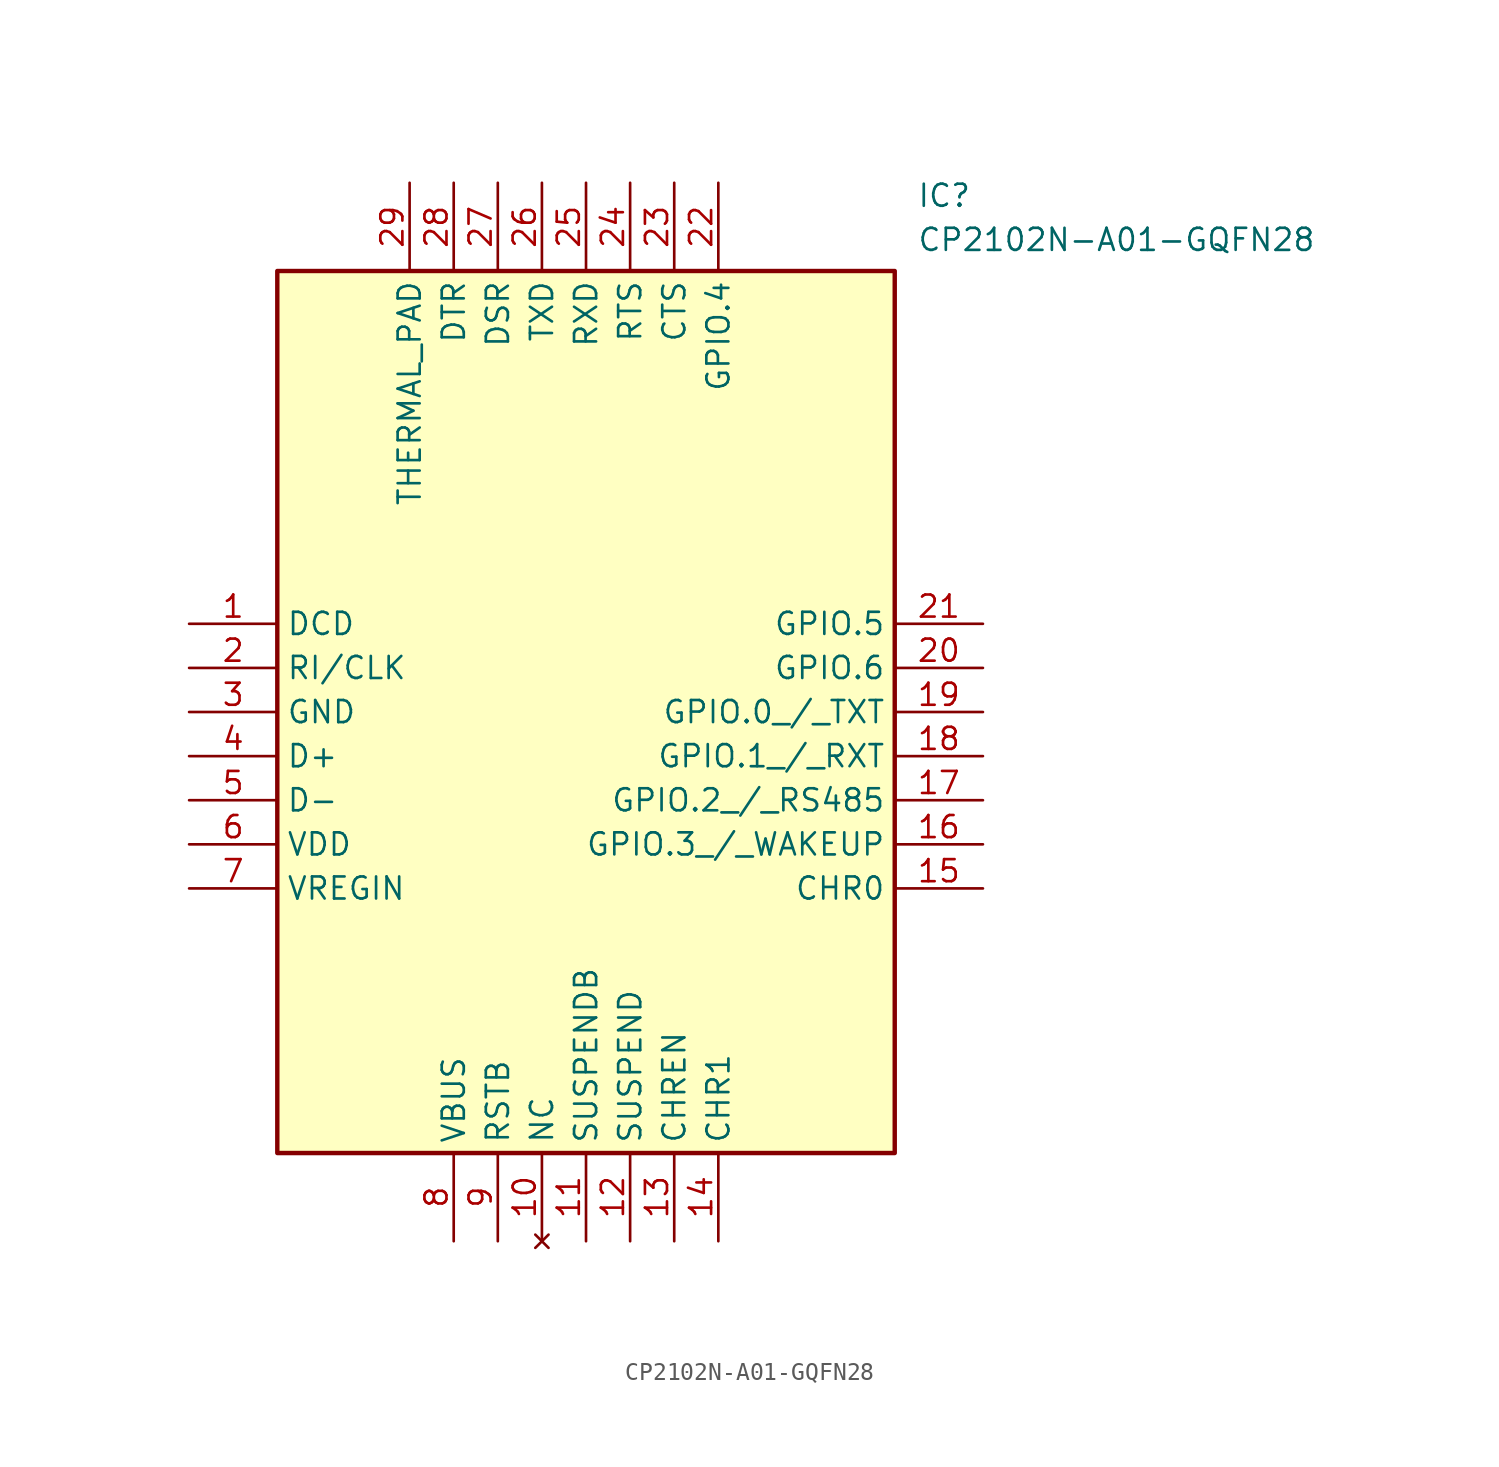
<source format=kicad_sym>
(kicad_symbol_lib
  (version 20211014)
  (generator SamacSys_ECAD_Model)
  (symbol "CP2102N-A01-GQFN28"
    (property "Reference" "IC"
      (at 41.91 25.4 0)
      (effects (font (size 1.27 1.27)) (justify left top)))
    (property "Value" "CP2102N-A01-GQFN28"
      (at 41.91 22.86 0)
      (effects (font (size 1.27 1.27)) (justify left top)))
    (rectangle
      (start 5.08 20.32)
      (end 40.64 -30.48)
      (stroke (width 0.254) (type default))
      (fill (type background)))
    (pin passive line
      (at 0 0 0)
      (length 5.08)
      (name "DCD" (effects (font (size 1.27 1.27))))
      (number "1" (effects (font (size 1.27 1.27)))))
    (pin passive line
      (at 0 -2.54 0)
      (length 5.08)
      (name "RI/CLK" (effects (font (size 1.27 1.27))))
      (number "2" (effects (font (size 1.27 1.27)))))
    (pin passive line
      (at 0 -5.08 0)
      (length 5.08)
      (name "GND" (effects (font (size 1.27 1.27))))
      (number "3" (effects (font (size 1.27 1.27)))))
    (pin passive line
      (at 0 -7.62 0)
      (length 5.08)
      (name "D+" (effects (font (size 1.27 1.27))))
      (number "4" (effects (font (size 1.27 1.27)))))
    (pin passive line
      (at 0 -10.16 0)
      (length 5.08)
      (name "D-" (effects (font (size 1.27 1.27))))
      (number "5" (effects (font (size 1.27 1.27)))))
    (pin passive line
      (at 0 -12.7 0)
      (length 5.08)
      (name "VDD" (effects (font (size 1.27 1.27))))
      (number "6" (effects (font (size 1.27 1.27)))))
    (pin passive line
      (at 0 -15.24 0)
      (length 5.08)
      (name "VREGIN" (effects (font (size 1.27 1.27))))
      (number "7" (effects (font (size 1.27 1.27)))))
    (pin passive line
      (at 15.24 -35.56 90)
      (length 5.08)
      (name "VBUS" (effects (font (size 1.27 1.27))))
      (number "8" (effects (font (size 1.27 1.27)))))
    (pin passive line
      (at 17.78 -35.56 90)
      (length 5.08)
      (name "RSTB" (effects (font (size 1.27 1.27))))
      (number "9" (effects (font (size 1.27 1.27)))))
    (pin no_connect line
      (at 20.32 -35.56 90)
      (length 5.08)
      (name "NC" (effects (font (size 1.27 1.27))))
      (number "10" (effects (font (size 1.27 1.27)))))
    (pin passive line
      (at 22.86 -35.56 90)
      (length 5.08)
      (name "SUSPENDB" (effects (font (size 1.27 1.27))))
      (number "11" (effects (font (size 1.27 1.27)))))
    (pin passive line
      (at 25.4 -35.56 90)
      (length 5.08)
      (name "SUSPEND" (effects (font (size 1.27 1.27))))
      (number "12" (effects (font (size 1.27 1.27)))))
    (pin passive line
      (at 27.94 -35.56 90)
      (length 5.08)
      (name "CHREN" (effects (font (size 1.27 1.27))))
      (number "13" (effects (font (size 1.27 1.27)))))
    (pin passive line
      (at 30.48 -35.56 90)
      (length 5.08)
      (name "CHR1" (effects (font (size 1.27 1.27))))
      (number "14" (effects (font (size 1.27 1.27)))))
    (pin passive line
      (at 45.72 0 180)
      (length 5.08)
      (name "GPIO.5" (effects (font (size 1.27 1.27))))
      (number "21" (effects (font (size 1.27 1.27)))))
    (pin passive line
      (at 45.72 -2.54 180)
      (length 5.08)
      (name "GPIO.6" (effects (font (size 1.27 1.27))))
      (number "20" (effects (font (size 1.27 1.27)))))
    (pin passive line
      (at 45.72 -5.08 180)
      (length 5.08)
      (name "GPIO.0_/_TXT" (effects (font (size 1.27 1.27))))
      (number "19" (effects (font (size 1.27 1.27)))))
    (pin passive line
      (at 45.72 -7.62 180)
      (length 5.08)
      (name "GPIO.1_/_RXT" (effects (font (size 1.27 1.27))))
      (number "18" (effects (font (size 1.27 1.27)))))
    (pin passive line
      (at 45.72 -10.16 180)
      (length 5.08)
      (name "GPIO.2_/_RS485" (effects (font (size 1.27 1.27))))
      (number "17" (effects (font (size 1.27 1.27)))))
    (pin passive line
      (at 45.72 -12.7 180)
      (length 5.08)
      (name "GPIO.3_/_WAKEUP" (effects (font (size 1.27 1.27))))
      (number "16" (effects (font (size 1.27 1.27)))))
    (pin passive line
      (at 45.72 -15.24 180)
      (length 5.08)
      (name "CHR0" (effects (font (size 1.27 1.27))))
      (number "15" (effects (font (size 1.27 1.27)))))
    (pin passive line
      (at 12.7 25.4 270)
      (length 5.08)
      (name "THERMAL_PAD" (effects (font (size 1.27 1.27))))
      (number "29" (effects (font (size 1.27 1.27)))))
    (pin passive line
      (at 15.24 25.4 270)
      (length 5.08)
      (name "DTR" (effects (font (size 1.27 1.27))))
      (number "28" (effects (font (size 1.27 1.27)))))
    (pin passive line
      (at 17.78 25.4 270)
      (length 5.08)
      (name "DSR" (effects (font (size 1.27 1.27))))
      (number "27" (effects (font (size 1.27 1.27)))))
    (pin passive line
      (at 20.32 25.4 270)
      (length 5.08)
      (name "TXD" (effects (font (size 1.27 1.27))))
      (number "26" (effects (font (size 1.27 1.27)))))
    (pin passive line
      (at 22.86 25.4 270)
      (length 5.08)
      (name "RXD" (effects (font (size 1.27 1.27))))
      (number "25" (effects (font (size 1.27 1.27)))))
    (pin passive line
      (at 25.4 25.4 270)
      (length 5.08)
      (name "RTS" (effects (font (size 1.27 1.27))))
      (number "24" (effects (font (size 1.27 1.27)))))
    (pin passive line
      (at 27.94 25.4 270)
      (length 5.08)
      (name "CTS" (effects (font (size 1.27 1.27))))
      (number "23" (effects (font (size 1.27 1.27)))))
    (pin passive line
      (at 30.48 25.4 270)
      (length 5.08)
      (name "GPIO.4" (effects (font (size 1.27 1.27))))
      (number "22" (effects (font (size 1.27 1.27)))))))
</source>
